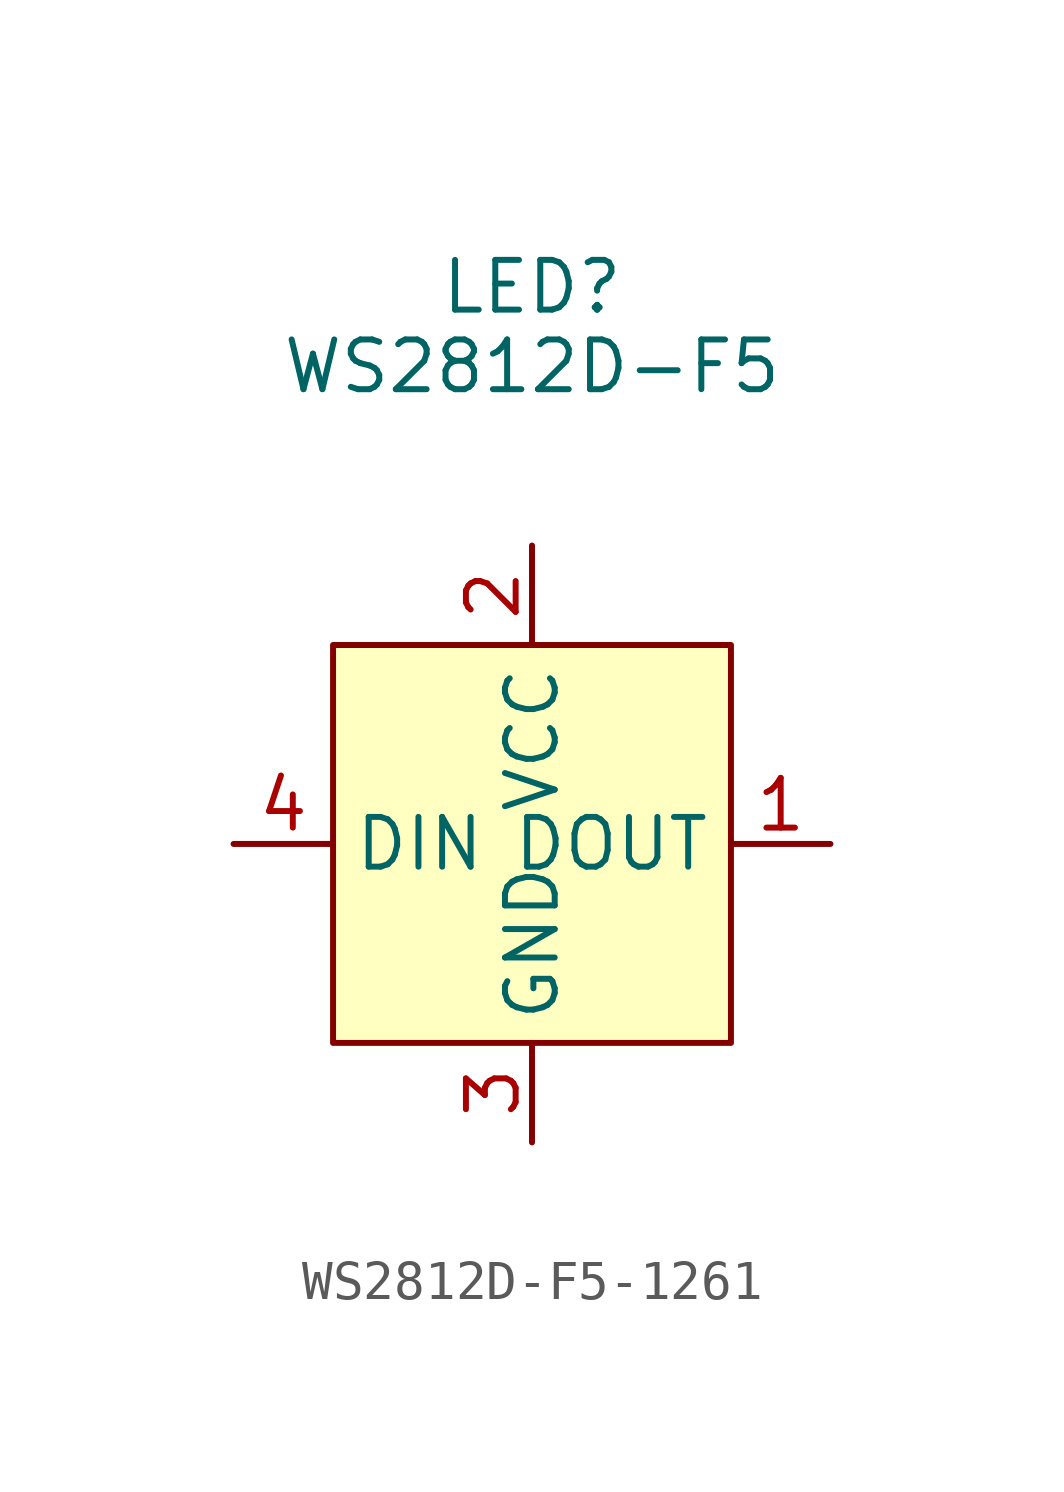
<source format=kicad_sym>
(kicad_symbol_lib
  (version 20231120)
  (generator "kicad_symbol_editor")
  (generator_version "8.0")
  (symbol "WS2812D-F5-1261"
    (property "Reference" "LED"
      (at 0 14.224 0)
      (effects (font (size 1.27 1.27))))
    (property "Value" "WS2812D-F5"
      (at 0 12.192 0)
      (effects (font (size 1.27 1.27))))
    (symbol "WS2812D-F5-1261_1_1"
      (rectangle (start -5.08 5.08) (end 5.08 -5.08) (stroke (width 0) (type default)) (fill (type background)))
      (pin output line (at 7.62 0 180) (length 2.54) (name "DOUT" (effects (font (size 1.27 1.27)))) (number "1" (effects (font (size 1.27 1.27)))))
      (pin power_in line (at 0 7.62 270) (length 2.54) (name "VCC" (effects (font (size 1.27 1.27)))) (number "2" (effects (font (size 1.27 1.27)))))
      (pin power_in line (at 0 -7.62 90) (length 2.54) (name "GND" (effects (font (size 1.27 1.27)))) (number "3" (effects (font (size 1.27 1.27)))))
      (pin input line (at -7.62 0 0) (length 2.54) (name "DIN" (effects (font (size 1.27 1.27)))) (number "4" (effects (font (size 1.27 1.27))))))))
</source>
